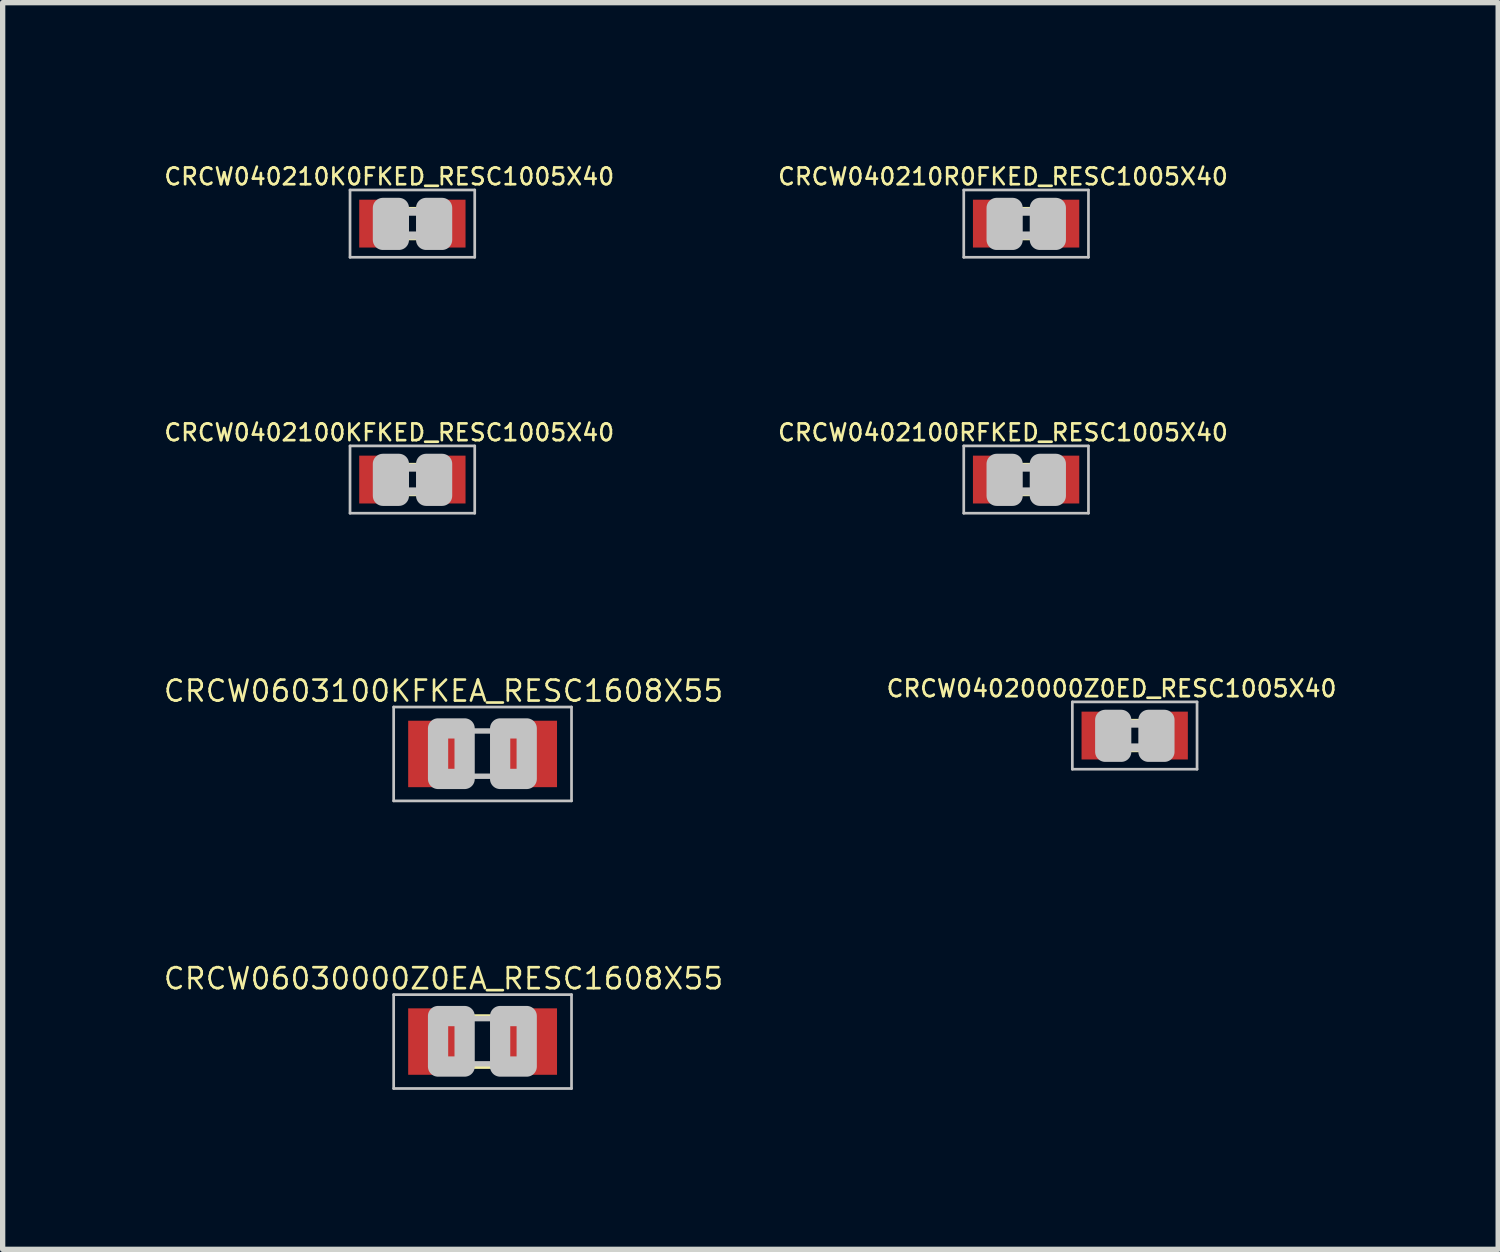
<source format=kicad_pcb>
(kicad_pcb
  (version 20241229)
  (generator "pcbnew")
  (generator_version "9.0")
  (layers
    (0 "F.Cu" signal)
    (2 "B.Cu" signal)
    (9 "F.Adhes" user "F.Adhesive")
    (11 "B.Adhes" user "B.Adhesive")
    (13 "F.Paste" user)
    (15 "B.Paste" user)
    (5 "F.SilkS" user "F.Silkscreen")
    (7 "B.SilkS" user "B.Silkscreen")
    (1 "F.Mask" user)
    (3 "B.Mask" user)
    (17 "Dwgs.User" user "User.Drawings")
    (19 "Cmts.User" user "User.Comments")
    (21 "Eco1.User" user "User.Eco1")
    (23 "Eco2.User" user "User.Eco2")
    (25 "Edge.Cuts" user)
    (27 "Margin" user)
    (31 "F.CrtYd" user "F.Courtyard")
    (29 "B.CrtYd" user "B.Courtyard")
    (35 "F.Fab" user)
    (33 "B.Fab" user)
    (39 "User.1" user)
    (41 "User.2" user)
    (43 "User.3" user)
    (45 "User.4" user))
  (footprint "CRCW04020000Z0ED_RESC1005X40"
    (layer "F.Cu")
    (at 18.297 10.788)
    (property "Reference" "CRCW04020000Z0ED_RESC1005X40" (at -0.435 -0.885 0) (layer "F.SilkS") (effects (font (size 0.315 0.315) (thickness 0.05))))
    (attr smd)
    (fp_line (start -0.15 -0.25) (end 0.15 -0.25) (stroke (width 0.127) (type solid)) (layer "F.SilkS"))
    (fp_line (start -0.15 0.25) (end 0.15 0.25) (stroke (width 0.127) (type solid)) (layer "F.SilkS"))
    (fp_line (start -1.173 -0.633) (end 1.173 -0.633) (stroke (width 0.051) (type solid)) (layer "Dwgs.User"))
    (fp_line (start -1.173 0.633) (end -1.173 -0.633) (stroke (width 0.051) (type solid)) (layer "Dwgs.User"))
    (fp_line (start -0.245 -0.224) (end 0.245 -0.224) (stroke (width 0.152) (type solid)) (layer "Dwgs.User"))
    (fp_line (start 0.245 0.224) (end -0.245 0.224) (stroke (width 0.152) (type solid)) (layer "Dwgs.User"))
    (fp_line (start 1.173 -0.633) (end 1.173 0.633) (stroke (width 0.051) (type solid)) (layer "Dwgs.User"))
    (fp_line (start 1.173 0.633) (end -1.173 0.633) (stroke (width 0.051) (type solid)) (layer "Dwgs.User"))
    (fp_poly (pts (xy -0.554 -0.295) (xy -0.254 -0.295) (xy -0.254 0.305) (xy -0.554 0.305)) (stroke (width 0.381) (type solid)) (fill no) (layer "Dwgs.User"))
    (fp_poly (pts (xy 0.259 -0.295) (xy 0.559 -0.295) (xy 0.559 0.305) (xy 0.259 0.305)) (stroke (width 0.381) (type solid)) (fill no) (layer "Dwgs.User"))
    (pad "1" smd rect (at -0.65 0) (size 0.7 0.9) (layers "F.Cu" "F.Mask" "F.Paste"))
    (pad "2" smd rect (at 0.65 0) (size 0.7 0.9) (layers "F.Cu" "F.Mask" "F.Paste")))
  (footprint "CRCW040210K0FKED_RESC1005X40"
    (layer "F.Cu")
    (at 4.708 1.157)
    (property "Reference" "CRCW040210K0FKED_RESC1005X40" (at -0.435 -0.885 0) (layer "F.SilkS") (effects (font (size 0.315 0.315) (thickness 0.05))))
    (attr smd)
    (fp_line (start -0.15 -0.25) (end 0.15 -0.25) (stroke (width 0.127) (type solid)) (layer "F.SilkS"))
    (fp_line (start -0.15 0.25) (end 0.15 0.25) (stroke (width 0.127) (type solid)) (layer "F.SilkS"))
    (fp_line (start -1.173 -0.633) (end 1.173 -0.633) (stroke (width 0.051) (type solid)) (layer "Dwgs.User"))
    (fp_line (start -1.173 0.633) (end -1.173 -0.633) (stroke (width 0.051) (type solid)) (layer "Dwgs.User"))
    (fp_line (start -0.245 -0.224) (end 0.245 -0.224) (stroke (width 0.152) (type solid)) (layer "Dwgs.User"))
    (fp_line (start 0.245 0.224) (end -0.245 0.224) (stroke (width 0.152) (type solid)) (layer "Dwgs.User"))
    (fp_line (start 1.173 -0.633) (end 1.173 0.633) (stroke (width 0.051) (type solid)) (layer "Dwgs.User"))
    (fp_line (start 1.173 0.633) (end -1.173 0.633) (stroke (width 0.051) (type solid)) (layer "Dwgs.User"))
    (fp_poly (pts (xy -0.554 -0.295) (xy -0.254 -0.295) (xy -0.254 0.305) (xy -0.554 0.305)) (stroke (width 0.381) (type solid)) (fill no) (layer "Dwgs.User"))
    (fp_poly (pts (xy 0.259 -0.295) (xy 0.559 -0.295) (xy 0.559 0.305) (xy 0.259 0.305)) (stroke (width 0.381) (type solid)) (fill no) (layer "Dwgs.User"))
    (pad "1" smd rect (at -0.65 0) (size 0.7 0.9) (layers "F.Cu" "F.Mask" "F.Paste"))
    (pad "2" smd rect (at 0.65 0) (size 0.7 0.9) (layers "F.Cu" "F.Mask" "F.Paste")))
  (footprint "CRCW06030000Z0EA_RESC1608X55"
    (layer "F.Cu")
    (at 6.029 16.545)
    (property "Reference" "CRCW06030000Z0EA_RESC1608X55" (at -0.735 -1.185 0) (layer "F.SilkS") (effects (font (size 0.394 0.394) (thickness 0.05))))
    (attr smd)
    (fp_line (start -0.15 -0.45) (end 0.15 -0.45) (stroke (width 0.127) (type solid)) (layer "F.SilkS"))
    (fp_line (start -0.15 0.45) (end 0.15 0.45) (stroke (width 0.127) (type solid)) (layer "F.SilkS"))
    (fp_line (start -1.673 -0.883) (end 1.673 -0.883) (stroke (width 0.051) (type solid)) (layer "Dwgs.User"))
    (fp_line (start -1.673 0.883) (end -1.673 -0.883) (stroke (width 0.051) (type solid)) (layer "Dwgs.User"))
    (fp_line (start -0.356 -0.432) (end 0.356 -0.432) (stroke (width 0.102) (type solid)) (layer "Dwgs.User"))
    (fp_line (start -0.356 0.419) (end 0.356 0.419) (stroke (width 0.102) (type solid)) (layer "Dwgs.User"))
    (fp_line (start 1.673 -0.883) (end 1.673 0.883) (stroke (width 0.051) (type solid)) (layer "Dwgs.User"))
    (fp_line (start 1.673 0.883) (end -1.673 0.883) (stroke (width 0.051) (type solid)) (layer "Dwgs.User"))
    (fp_poly (pts (xy -0.838 -0.48) (xy -0.338 -0.48) (xy -0.338 0.47) (xy -0.838 0.47)) (stroke (width 0.381) (type solid)) (fill no) (layer "Dwgs.User"))
    (fp_poly (pts (xy 0.33 -0.48) (xy 0.83 -0.48) (xy 0.83 0.47) (xy 0.33 0.47)) (stroke (width 0.381) (type solid)) (fill no) (layer "Dwgs.User"))
    (pad "1" smd rect (at -0.85 0) (size 1.1 1.25) (layers "F.Cu" "F.Mask" "F.Paste"))
    (pad "2" smd rect (at 0.85 0) (size 1.1 1.25) (layers "F.Cu" "F.Mask" "F.Paste")))
  (footprint "CRCW0603100KFKEA_RESC1608X55"
    (layer "F.Cu")
    (at 6.029 11.134)
    (property "Reference" "CRCW0603100KFKEA_RESC1608X55" (at -0.735 -1.185 0) (layer "F.SilkS") (effects (font (size 0.394 0.394) (thickness 0.05))))
    (attr smd)
    (fp_line (start -1.673 -0.883) (end 1.673 -0.883) (stroke (width 0.051) (type solid)) (layer "Dwgs.User"))
    (fp_line (start -1.673 0.883) (end -1.673 -0.883) (stroke (width 0.051) (type solid)) (layer "Dwgs.User"))
    (fp_line (start -0.356 -0.432) (end 0.356 -0.432) (stroke (width 0.102) (type solid)) (layer "Dwgs.User"))
    (fp_line (start -0.356 0.419) (end 0.356 0.419) (stroke (width 0.102) (type solid)) (layer "Dwgs.User"))
    (fp_line (start 1.673 -0.883) (end 1.673 0.883) (stroke (width 0.051) (type solid)) (layer "Dwgs.User"))
    (fp_line (start 1.673 0.883) (end -1.673 0.883) (stroke (width 0.051) (type solid)) (layer "Dwgs.User"))
    (fp_poly (pts (xy -0.838 -0.48) (xy -0.338 -0.48) (xy -0.338 0.47) (xy -0.838 0.47)) (stroke (width 0.381) (type solid)) (fill no) (layer "Dwgs.User"))
    (fp_poly (pts (xy 0.33 -0.48) (xy 0.83 -0.48) (xy 0.83 0.47) (xy 0.33 0.47)) (stroke (width 0.381) (type solid)) (fill no) (layer "Dwgs.User"))
    (pad "1" smd rect (at -0.85 0) (size 1.1 1.25) (layers "F.Cu" "F.Mask" "F.Paste"))
    (pad "2" smd rect (at 0.85 0) (size 1.1 1.25) (layers "F.Cu" "F.Mask" "F.Paste")))
  (footprint "CRCW0402100RFKED_RESC1005X40"
    (layer "F.Cu")
    (at 16.254 5.972)
    (property "Reference" "CRCW0402100RFKED_RESC1005X40" (at -0.435 -0.885 0) (layer "F.SilkS") (effects (font (size 0.315 0.315) (thickness 0.05))))
    (attr smd)
    (fp_line (start -0.15 -0.25) (end 0.15 -0.25) (stroke (width 0.127) (type solid)) (layer "F.SilkS"))
    (fp_line (start -0.15 0.25) (end 0.15 0.25) (stroke (width 0.127) (type solid)) (layer "F.SilkS"))
    (fp_line (start -1.173 -0.633) (end 1.173 -0.633) (stroke (width 0.051) (type solid)) (layer "Dwgs.User"))
    (fp_line (start -1.173 0.633) (end -1.173 -0.633) (stroke (width 0.051) (type solid)) (layer "Dwgs.User"))
    (fp_line (start -0.245 -0.224) (end 0.245 -0.224) (stroke (width 0.152) (type solid)) (layer "Dwgs.User"))
    (fp_line (start 0.245 0.224) (end -0.245 0.224) (stroke (width 0.152) (type solid)) (layer "Dwgs.User"))
    (fp_line (start 1.173 -0.633) (end 1.173 0.633) (stroke (width 0.051) (type solid)) (layer "Dwgs.User"))
    (fp_line (start 1.173 0.633) (end -1.173 0.633) (stroke (width 0.051) (type solid)) (layer "Dwgs.User"))
    (fp_poly (pts (xy -0.554 -0.295) (xy -0.254 -0.295) (xy -0.254 0.305) (xy -0.554 0.305)) (stroke (width 0.381) (type solid)) (fill no) (layer "Dwgs.User"))
    (fp_poly (pts (xy 0.259 -0.295) (xy 0.559 -0.295) (xy 0.559 0.305) (xy 0.259 0.305)) (stroke (width 0.381) (type solid)) (fill no) (layer "Dwgs.User"))
    (pad "1" smd rect (at -0.65 0) (size 0.7 0.9) (layers "F.Cu" "F.Mask" "F.Paste"))
    (pad "2" smd rect (at 0.65 0) (size 0.7 0.9) (layers "F.Cu" "F.Mask" "F.Paste")))
  (footprint "CRCW040210R0FKED_RESC1005X40"
    (layer "F.Cu")
    (at 16.254 1.157)
    (property "Reference" "CRCW040210R0FKED_RESC1005X40" (at -0.435 -0.885 0) (layer "F.SilkS") (effects (font (size 0.315 0.315) (thickness 0.05))))
    (attr smd)
    (fp_line (start -0.15 -0.25) (end 0.15 -0.25) (stroke (width 0.127) (type solid)) (layer "F.SilkS"))
    (fp_line (start -0.15 0.25) (end 0.15 0.25) (stroke (width 0.127) (type solid)) (layer "F.SilkS"))
    (fp_line (start -1.173 -0.633) (end 1.173 -0.633) (stroke (width 0.051) (type solid)) (layer "Dwgs.User"))
    (fp_line (start -1.173 0.633) (end -1.173 -0.633) (stroke (width 0.051) (type solid)) (layer "Dwgs.User"))
    (fp_line (start -0.245 -0.224) (end 0.245 -0.224) (stroke (width 0.152) (type solid)) (layer "Dwgs.User"))
    (fp_line (start 0.245 0.224) (end -0.245 0.224) (stroke (width 0.152) (type solid)) (layer "Dwgs.User"))
    (fp_line (start 1.173 -0.633) (end 1.173 0.633) (stroke (width 0.051) (type solid)) (layer "Dwgs.User"))
    (fp_line (start 1.173 0.633) (end -1.173 0.633) (stroke (width 0.051) (type solid)) (layer "Dwgs.User"))
    (fp_poly (pts (xy -0.554 -0.295) (xy -0.254 -0.295) (xy -0.254 0.305) (xy -0.554 0.305)) (stroke (width 0.381) (type solid)) (fill no) (layer "Dwgs.User"))
    (fp_poly (pts (xy 0.259 -0.295) (xy 0.559 -0.295) (xy 0.559 0.305) (xy 0.259 0.305)) (stroke (width 0.381) (type solid)) (fill no) (layer "Dwgs.User"))
    (pad "1" smd rect (at -0.65 0) (size 0.7 0.9) (layers "F.Cu" "F.Mask" "F.Paste"))
    (pad "2" smd rect (at 0.65 0) (size 0.7 0.9) (layers "F.Cu" "F.Mask" "F.Paste")))
  (footprint "CRCW0402100KFKED_RESC1005X40"
    (layer "F.Cu")
    (at 4.708 5.972)
    (property "Reference" "CRCW0402100KFKED_RESC1005X40" (at -0.435 -0.885 0) (layer "F.SilkS") (effects (font (size 0.315 0.315) (thickness 0.05))))
    (attr smd)
    (fp_line (start -0.15 -0.25) (end 0.15 -0.25) (stroke (width 0.127) (type solid)) (layer "F.SilkS"))
    (fp_line (start -0.15 0.25) (end 0.15 0.25) (stroke (width 0.127) (type solid)) (layer "F.SilkS"))
    (fp_line (start -1.173 -0.633) (end 1.173 -0.633) (stroke (width 0.051) (type solid)) (layer "Dwgs.User"))
    (fp_line (start -1.173 0.633) (end -1.173 -0.633) (stroke (width 0.051) (type solid)) (layer "Dwgs.User"))
    (fp_line (start -0.245 -0.224) (end 0.245 -0.224) (stroke (width 0.152) (type solid)) (layer "Dwgs.User"))
    (fp_line (start 0.245 0.224) (end -0.245 0.224) (stroke (width 0.152) (type solid)) (layer "Dwgs.User"))
    (fp_line (start 1.173 -0.633) (end 1.173 0.633) (stroke (width 0.051) (type solid)) (layer "Dwgs.User"))
    (fp_line (start 1.173 0.633) (end -1.173 0.633) (stroke (width 0.051) (type solid)) (layer "Dwgs.User"))
    (fp_poly (pts (xy -0.554 -0.295) (xy -0.254 -0.295) (xy -0.254 0.305) (xy -0.554 0.305)) (stroke (width 0.381) (type solid)) (fill no) (layer "Dwgs.User"))
    (fp_poly (pts (xy 0.259 -0.295) (xy 0.559 -0.295) (xy 0.559 0.305) (xy 0.259 0.305)) (stroke (width 0.381) (type solid)) (fill no) (layer "Dwgs.User"))
    (pad "1" smd rect (at -0.65 0) (size 0.7 0.9) (layers "F.Cu" "F.Mask" "F.Paste"))
    (pad "2" smd rect (at 0.65 0) (size 0.7 0.9) (layers "F.Cu" "F.Mask" "F.Paste")))
  (gr_rect
    (start -3 -3)
    (end 25.135 20.454)
    (stroke (width 0.1) (type default))
    (fill no)
    (layer "Edge.Cuts")))
</source>
